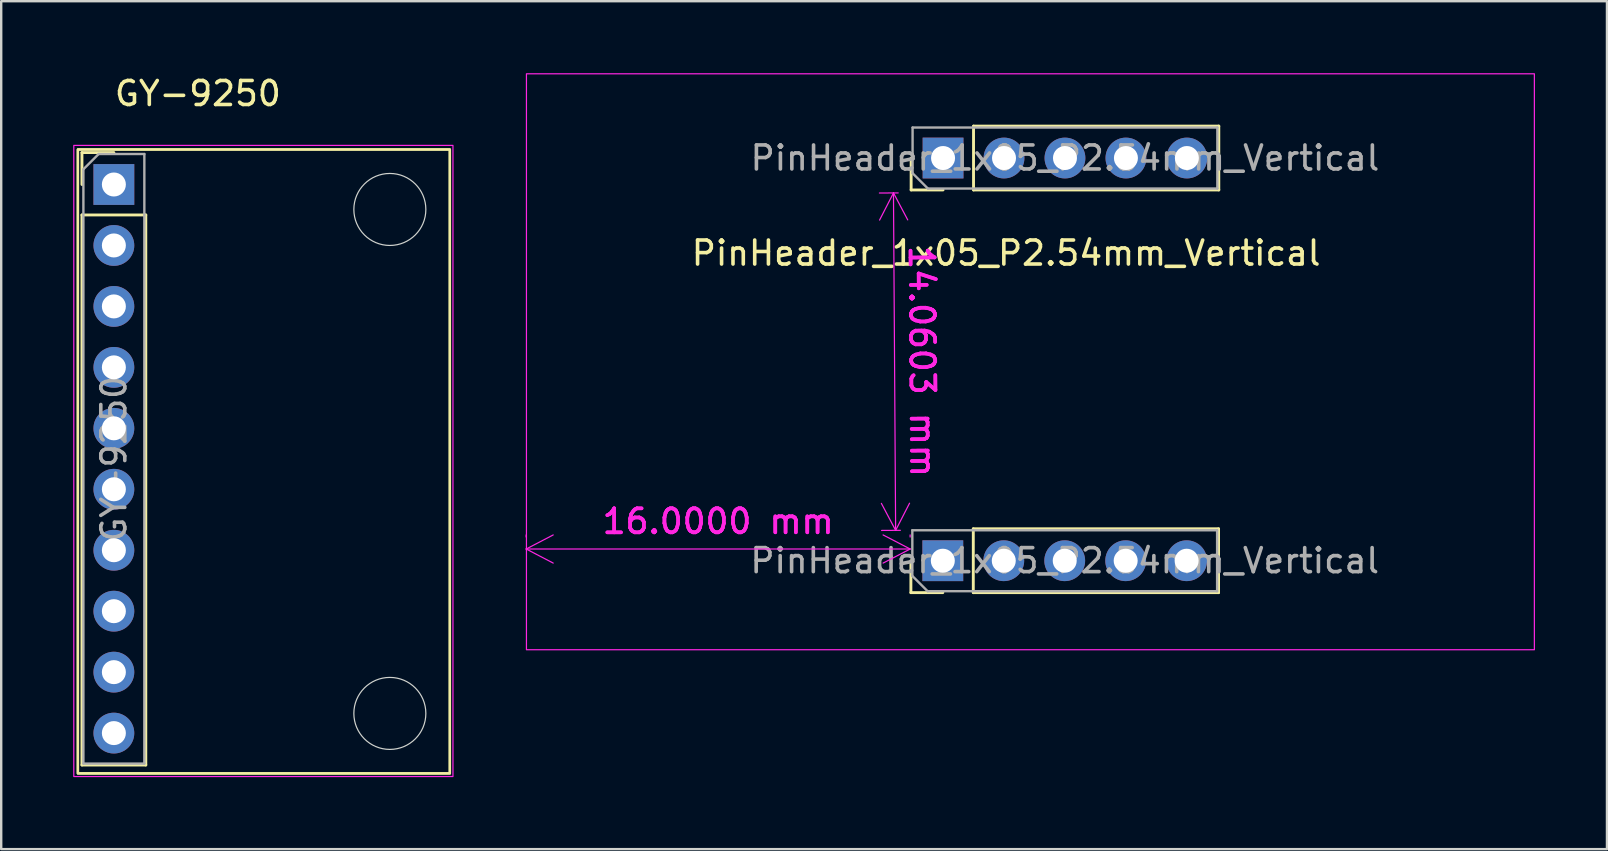
<source format=kicad_pcb>
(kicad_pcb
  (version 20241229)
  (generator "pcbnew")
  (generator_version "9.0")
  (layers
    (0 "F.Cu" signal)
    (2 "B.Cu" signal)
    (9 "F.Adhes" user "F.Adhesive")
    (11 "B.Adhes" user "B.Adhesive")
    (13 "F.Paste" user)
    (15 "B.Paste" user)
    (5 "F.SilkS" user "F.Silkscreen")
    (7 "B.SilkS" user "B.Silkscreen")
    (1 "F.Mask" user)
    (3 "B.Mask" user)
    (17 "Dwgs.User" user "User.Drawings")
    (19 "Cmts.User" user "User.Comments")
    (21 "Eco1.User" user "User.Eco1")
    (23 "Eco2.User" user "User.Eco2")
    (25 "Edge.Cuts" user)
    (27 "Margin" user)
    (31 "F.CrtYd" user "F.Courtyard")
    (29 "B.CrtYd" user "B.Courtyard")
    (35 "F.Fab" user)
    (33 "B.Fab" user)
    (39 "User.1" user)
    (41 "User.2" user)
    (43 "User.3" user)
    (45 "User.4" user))
  (footprint "GY-9250"
    (layer "F.Cu")
    (at 5.195 3.178)
    (property "Reference" "GY-9250" (at 0 -2.33 0) (layer "F.SilkS") (effects (font (size 1 1) (thickness 0.15))))
    (attr through_hole)
    (fp_line (start -4.83 0.13) (end -3.5 0.13) (stroke (width 0.12) (type solid)) (layer "F.SilkS"))
    (fp_line (start -4.83 1.46) (end -4.83 0.13) (stroke (width 0.12) (type solid)) (layer "F.SilkS"))
    (fp_line (start -4.83 2.73) (end -4.83 25.65) (stroke (width 0.12) (type solid)) (layer "F.SilkS"))
    (fp_line (start -4.83 2.73) (end -2.17 2.73) (stroke (width 0.12) (type solid)) (layer "F.SilkS"))
    (fp_line (start -4.83 25.65) (end -2.17 25.65) (stroke (width 0.12) (type solid)) (layer "F.SilkS"))
    (fp_line (start -2.17 2.73) (end -2.17 25.65) (stroke (width 0.12) (type solid)) (layer "F.SilkS"))
    (fp_rect (start -5 0) (end 10.5 26) (stroke (width 0.1) (type default)) (fill no) (layer "F.SilkS"))
    (fp_rect (start -5 0) (end 10.5 26) (stroke (width 0.1) (type default)) (fill no) (layer "F.SilkS"))
    (fp_circle (center 8 2.5) (end 8 1) (stroke (width 0.05) (type default)) (fill no) (layer "Edge.Cuts"))
    (fp_circle (center 8 23.5) (end 8 22) (stroke (width 0.05) (type default)) (fill no) (layer "Edge.Cuts"))
    (fp_rect (start -5.17 -0.17) (end 10.63 26.13) (stroke (width 0.05) (type default)) (fill no) (layer "F.CrtYd"))
    (fp_line (start -4.77 0.825) (end -4.135 0.19) (stroke (width 0.1) (type solid)) (layer "F.Fab"))
    (fp_line (start -4.77 25.59) (end -4.77 0.825) (stroke (width 0.1) (type solid)) (layer "F.Fab"))
    (fp_line (start -4.135 0.19) (end -2.23 0.19) (stroke (width 0.1) (type solid)) (layer "F.Fab"))
    (fp_line (start -2.23 0.19) (end -2.23 25.59) (stroke (width 0.1) (type solid)) (layer "F.Fab"))
    (fp_line (start -2.23 25.59) (end -4.77 25.59) (stroke (width 0.1) (type solid)) (layer "F.Fab"))
    (fp_text user "${REFERENCE}" (at -3.5 12.89 90) (layer "F.Fab") (effects (font (size 1 1) (thickness 0.15))))
    (pad "1" thru_hole rect (at -3.5 1.46) (size 1.7 1.7) (drill 1) (layers "*.Cu" "*.Mask"))
    (pad "2" thru_hole oval (at -3.5 4) (size 1.7 1.7) (drill 1) (layers "*.Cu" "*.Mask"))
    (pad "3" thru_hole oval (at -3.5 6.54) (size 1.7 1.7) (drill 1) (layers "*.Cu" "*.Mask"))
    (pad "4" thru_hole oval (at -3.5 9.08) (size 1.7 1.7) (drill 1) (layers "*.Cu" "*.Mask"))
    (pad "5" thru_hole oval (at -3.5 11.62) (size 1.7 1.7) (drill 1) (layers "*.Cu" "*.Mask"))
    (pad "6" thru_hole oval (at -3.5 14.16) (size 1.7 1.7) (drill 1) (layers "*.Cu" "*.Mask"))
    (pad "7" thru_hole oval (at -3.5 16.7) (size 1.7 1.7) (drill 1) (layers "*.Cu" "*.Mask"))
    (pad "8" thru_hole oval (at -3.5 19.24) (size 1.7 1.7) (drill 1) (layers "*.Cu" "*.Mask"))
    (pad "9" thru_hole oval (at -3.5 21.78) (size 1.7 1.7) (drill 1) (layers "*.Cu" "*.Mask"))
    (pad "10" thru_hole oval (at -3.5 24.32) (size 1.7 1.7) (drill 1) (layers "*.Cu" "*.Mask")))
  (footprint "PinHeader_1x05_P2.54mm_Vertical"
    (layer "F.Cu")
    (at 38.887 12.025)
    (property "Reference" "PinHeader_1x05_P2.54mm_Vertical" (at -0.012 -4.528 0) (layer "F.SilkS") (effects (font (size 1 1) (thickness 0.15))))
    (attr through_hole)
    (fp_line (start -3.98 9.62) (end -3.98 8.29) (stroke (width 0.12) (type solid)) (layer "F.SilkS"))
    (fp_line (start -3.97 -7.16) (end -3.97 -8.49) (stroke (width 0.12) (type solid)) (layer "F.SilkS"))
    (fp_line (start -2.65 9.62) (end -3.98 9.62) (stroke (width 0.12) (type solid)) (layer "F.SilkS"))
    (fp_line (start -2.64 -7.16) (end -3.97 -7.16) (stroke (width 0.12) (type solid)) (layer "F.SilkS"))
    (fp_line (start -1.38 6.96) (end 8.84 6.96) (stroke (width 0.12) (type solid)) (layer "F.SilkS"))
    (fp_line (start -1.38 9.62) (end -1.38 6.96) (stroke (width 0.12) (type solid)) (layer "F.SilkS"))
    (fp_line (start -1.38 9.62) (end 8.84 9.62) (stroke (width 0.12) (type solid)) (layer "F.SilkS"))
    (fp_line (start -1.37 -9.82) (end 8.85 -9.82) (stroke (width 0.12) (type solid)) (layer "F.SilkS"))
    (fp_line (start -1.37 -7.16) (end -1.37 -9.82) (stroke (width 0.12) (type solid)) (layer "F.SilkS"))
    (fp_line (start -1.37 -7.16) (end 8.85 -7.16) (stroke (width 0.12) (type solid)) (layer "F.SilkS"))
    (fp_line (start 8.84 9.62) (end 8.84 6.96) (stroke (width 0.12) (type solid)) (layer "F.SilkS"))
    (fp_line (start 8.85 -7.16) (end 8.85 -9.82) (stroke (width 0.12) (type solid)) (layer "F.SilkS"))
    (fp_rect (start -20 -12) (end 22 12) (stroke (width 0.05) (type default)) (fill no) (layer "F.CrtYd"))
    (fp_line (start -3.92 7.02) (end 8.78 7.02) (stroke (width 0.1) (type solid)) (layer "F.Fab"))
    (fp_line (start -3.92 8.925) (end -3.92 7.02) (stroke (width 0.1) (type solid)) (layer "F.Fab"))
    (fp_line (start -3.91 -9.76) (end 8.79 -9.76) (stroke (width 0.1) (type solid)) (layer "F.Fab"))
    (fp_line (start -3.91 -7.855) (end -3.91 -9.76) (stroke (width 0.1) (type solid)) (layer "F.Fab"))
    (fp_line (start -3.285 9.56) (end -3.92 8.925) (stroke (width 0.1) (type solid)) (layer "F.Fab"))
    (fp_line (start -3.275 -7.22) (end -3.91 -7.855) (stroke (width 0.1) (type solid)) (layer "F.Fab"))
    (fp_line (start 8.78 7.02) (end 8.78 9.56) (stroke (width 0.1) (type solid)) (layer "F.Fab"))
    (fp_line (start 8.78 9.56) (end -3.285 9.56) (stroke (width 0.1) (type solid)) (layer "F.Fab"))
    (fp_line (start 8.79 -9.76) (end 8.79 -7.22) (stroke (width 0.1) (type solid)) (layer "F.Fab"))
    (fp_line (start 8.79 -7.22) (end -3.275 -7.22) (stroke (width 0.1) (type solid)) (layer "F.Fab"))
    (fp_text user "${REFERENCE}" (at 2.44 -8.49 180) (layer "F.Fab") (effects (font (size 1 1) (thickness 0.15))))
    (fp_text user "${REFERENCE}" (at 2.43 8.29 180) (layer "F.Fab") (effects (font (size 1 1) (thickness 0.15))))
    (dimension (type aligned) (layer "F.CrtYd") (pts (xy 34.967 19.045) (xy 34.877 4.985)) (height -0.696) (format (prefix "") (suffix "") (units 3) (units_format 1) (precision 4)) (style (thickness 0.05) (arrow_length 1.27) (text_position_mode 0) (arrow_direction outward) (extension_height 0.586) (extension_offset 0.5) (keep_text_aligned yes)) (gr_text "14.0603 mm" (at 35.376 12.012 -89.633) (layer "F.CrtYd") (effects (font (size 1 1) (thickness 0.15)))))
    (dimension (type aligned) (layer "F.CrtYd") (pts (xy 18.875 19.827) (xy 34.875 19.827)) (height 0) (format (prefix "") (suffix "") (units 3) (units_format 1) (precision 4)) (style (thickness 0.05) (arrow_length 1.27) (text_position_mode 0) (arrow_direction outward) (extension_height 0.586) (extension_offset 0.5) (keep_text_aligned yes)) (gr_text "16.0000 mm" (at 26.875 18.677 0) (layer "F.CrtYd") (effects (font (size 1 1) (thickness 0.15)))))
    (pad "1" thru_hole rect (at -2.65 8.29 90) (size 1.7 1.7) (drill 1) (layers "*.Cu" "*.Mask"))
    (pad "1" thru_hole rect (at -2.64 -8.49 90) (size 1.7 1.7) (drill 1) (layers "*.Cu" "*.Mask"))
    (pad "2" thru_hole oval (at -0.11 8.29 90) (size 1.7 1.7) (drill 1) (layers "*.Cu" "*.Mask"))
    (pad "2" thru_hole oval (at -0.1 -8.49 90) (size 1.7 1.7) (drill 1) (layers "*.Cu" "*.Mask"))
    (pad "3" thru_hole oval (at 2.43 8.29 90) (size 1.7 1.7) (drill 1) (layers "*.Cu" "*.Mask"))
    (pad "3" thru_hole oval (at 2.44 -8.49 90) (size 1.7 1.7) (drill 1) (layers "*.Cu" "*.Mask"))
    (pad "4" thru_hole oval (at 4.97 8.29 90) (size 1.7 1.7) (drill 1) (layers "*.Cu" "*.Mask"))
    (pad "4" thru_hole oval (at 4.98 -8.49 90) (size 1.7 1.7) (drill 1) (layers "*.Cu" "*.Mask"))
    (pad "5" thru_hole oval (at 7.51 8.29 90) (size 1.7 1.7) (drill 1) (layers "*.Cu" "*.Mask"))
    (pad "5" thru_hole oval (at 7.52 -8.49 90) (size 1.7 1.7) (drill 1) (layers "*.Cu" "*.Mask")))
  (gr_rect
    (start -3 -3)
    (end 63.912 32.333)
    (stroke (width 0.1) (type default))
    (fill no)
    (layer "Edge.Cuts")))
</source>
